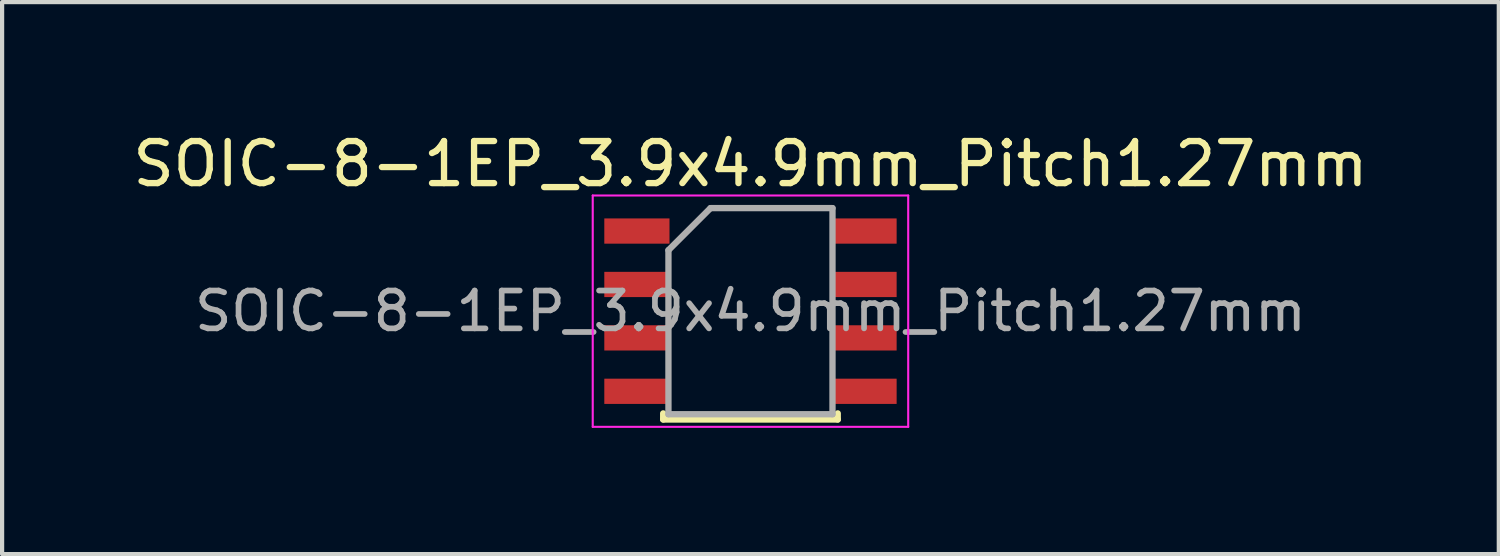
<source format=kicad_pcb>
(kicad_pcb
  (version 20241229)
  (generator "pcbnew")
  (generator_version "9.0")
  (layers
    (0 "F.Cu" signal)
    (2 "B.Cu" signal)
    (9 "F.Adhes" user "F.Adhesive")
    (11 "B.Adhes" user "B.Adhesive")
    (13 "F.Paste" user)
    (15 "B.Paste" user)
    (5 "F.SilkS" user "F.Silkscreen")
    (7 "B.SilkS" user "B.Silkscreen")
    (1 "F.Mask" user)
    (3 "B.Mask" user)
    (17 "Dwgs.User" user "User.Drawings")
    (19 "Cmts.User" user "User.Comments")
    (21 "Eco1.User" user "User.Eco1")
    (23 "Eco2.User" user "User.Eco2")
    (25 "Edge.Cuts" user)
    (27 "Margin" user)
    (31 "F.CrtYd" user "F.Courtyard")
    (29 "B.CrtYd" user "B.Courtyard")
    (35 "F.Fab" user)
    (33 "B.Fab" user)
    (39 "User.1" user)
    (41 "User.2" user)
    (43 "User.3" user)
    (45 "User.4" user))
  (footprint "SOIC-8-1EP_3.9x4.9mm_Pitch1.27mm"
    (layer "F.Cu")
    (at 14.792 4.348)
    (property "Reference" "SOIC-8-1EP_3.9x4.9mm_Pitch1.27mm" (at 0 -3.5 0) (layer "F.SilkS") (effects (font (size 1 1) (thickness 0.15))))
    (attr smd)
    (fp_line (start -2.075 2.575) (end -2.075 2.43) (stroke (width 0.15) (type solid)) (layer "F.SilkS"))
    (fp_line (start -2.075 2.575) (end 2.075 2.575) (stroke (width 0.15) (type solid)) (layer "F.SilkS"))
    (fp_line (start 2.075 2.575) (end 2.075 2.43) (stroke (width 0.15) (type solid)) (layer "F.SilkS"))
    (fp_line (start -3.75 -2.75) (end -3.75 2.75) (stroke (width 0.05) (type solid)) (layer "F.CrtYd"))
    (fp_line (start -3.75 -2.75) (end 3.75 -2.75) (stroke (width 0.05) (type solid)) (layer "F.CrtYd"))
    (fp_line (start -3.75 2.75) (end 3.75 2.75) (stroke (width 0.05) (type solid)) (layer "F.CrtYd"))
    (fp_line (start 3.75 -2.75) (end 3.75 2.75) (stroke (width 0.05) (type solid)) (layer "F.CrtYd"))
    (fp_line (start -1.95 -1.45) (end -0.95 -2.45) (stroke (width 0.15) (type solid)) (layer "F.Fab"))
    (fp_line (start -1.95 2.45) (end -1.95 -1.45) (stroke (width 0.15) (type solid)) (layer "F.Fab"))
    (fp_line (start -0.95 -2.45) (end 1.95 -2.45) (stroke (width 0.15) (type solid)) (layer "F.Fab"))
    (fp_line (start 1.95 -2.45) (end 1.95 2.45) (stroke (width 0.15) (type solid)) (layer "F.Fab"))
    (fp_line (start 1.95 2.45) (end -1.95 2.45) (stroke (width 0.15) (type solid)) (layer "F.Fab"))
    (fp_text user "${REFERENCE}" (at 0 0 0) (layer "F.Fab") (effects (font (size 0.9 0.9) (thickness 0.135))))
    (pad "1" smd rect (at -2.7 -1.905) (size 1.55 0.6) (layers "F.Cu" "F.Mask" "F.Paste"))
    (pad "2" smd rect (at -2.7 -0.635) (size 1.55 0.6) (layers "F.Cu" "F.Mask" "F.Paste"))
    (pad "3" smd rect (at -2.7 0.635) (size 1.55 0.6) (layers "F.Cu" "F.Mask" "F.Paste"))
    (pad "4" smd rect (at -2.7 1.905) (size 1.55 0.6) (layers "F.Cu" "F.Mask" "F.Paste"))
    (pad "5" smd rect (at 2.7 1.905) (size 1.55 0.6) (layers "F.Cu" "F.Mask" "F.Paste"))
    (pad "6" smd rect (at 2.7 0.635) (size 1.55 0.6) (layers "F.Cu" "F.Mask" "F.Paste"))
    (pad "7" smd rect (at 2.7 -0.635) (size 1.55 0.6) (layers "F.Cu" "F.Mask" "F.Paste"))
    (pad "8" smd rect (at 2.7 -1.905) (size 1.55 0.6) (layers "F.Cu" "F.Mask" "F.Paste")))
  (gr_rect
    (start -3 -3)
    (end 32.583 10.123)
    (stroke (width 0.1) (type default))
    (fill no)
    (layer "Edge.Cuts")))
</source>
